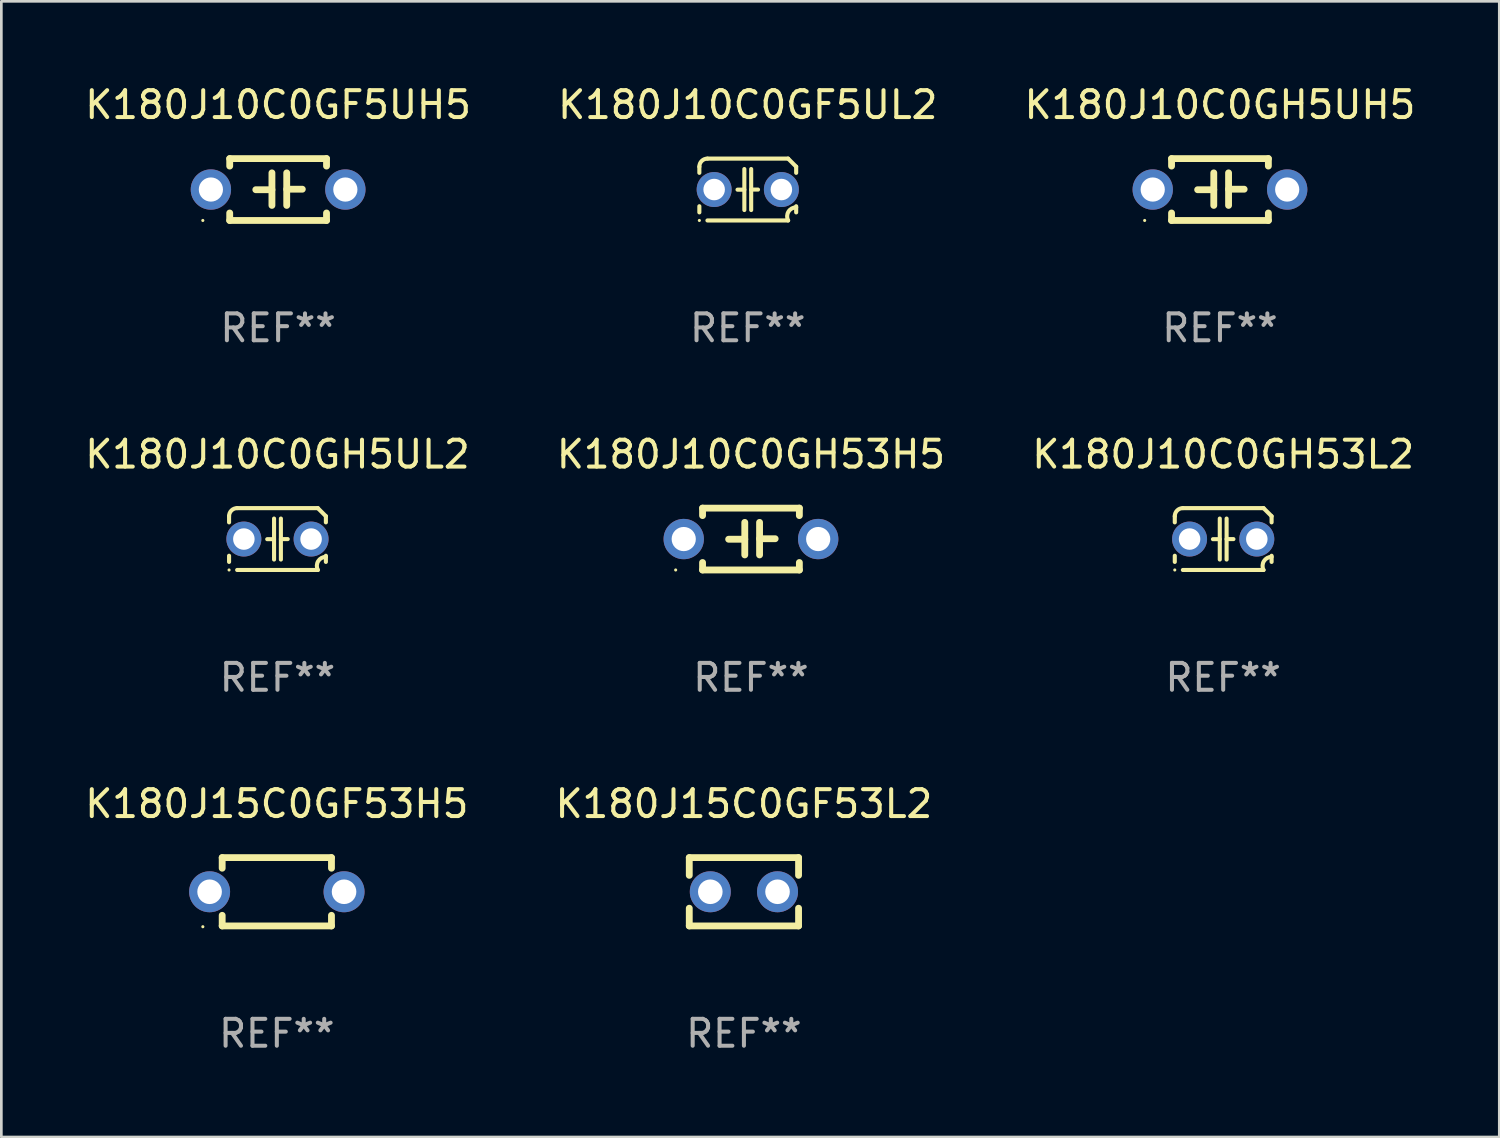
<source format=kicad_pcb>
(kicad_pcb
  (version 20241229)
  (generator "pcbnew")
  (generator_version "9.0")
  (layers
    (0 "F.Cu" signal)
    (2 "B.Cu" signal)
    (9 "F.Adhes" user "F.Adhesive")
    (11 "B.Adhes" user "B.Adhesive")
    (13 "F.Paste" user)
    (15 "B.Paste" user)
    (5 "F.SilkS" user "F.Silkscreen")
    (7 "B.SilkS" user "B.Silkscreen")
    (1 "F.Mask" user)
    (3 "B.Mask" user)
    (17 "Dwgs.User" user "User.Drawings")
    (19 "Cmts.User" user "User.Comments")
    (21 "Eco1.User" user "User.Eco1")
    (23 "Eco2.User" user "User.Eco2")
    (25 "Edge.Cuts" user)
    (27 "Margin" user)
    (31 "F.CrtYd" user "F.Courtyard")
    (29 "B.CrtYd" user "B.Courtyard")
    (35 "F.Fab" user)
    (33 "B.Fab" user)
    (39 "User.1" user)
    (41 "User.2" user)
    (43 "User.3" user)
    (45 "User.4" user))
  (footprint "K180J10C0GH5UH5"
    (layer "F.Cu")
    (at 42.315 3.998)
    (property "Reference" "K180J10C0GH5UH5" (at 0 -3.15 0) (layer "F.SilkS") (effects (font (size 1 1) (thickness 0.15))))
    (attr through_hole)
    (fp_line (start -1.8 -1.15) (end -1.8 -0.872) (stroke (width 0.254) (type solid)) (layer "F.SilkS"))
    (fp_line (start -1.8 -1.15) (end 1.8 -1.15) (stroke (width 0.254) (type solid)) (layer "F.SilkS"))
    (fp_line (start -1.8 0.872) (end -1.8 1.15) (stroke (width 0.254) (type solid)) (layer "F.SilkS"))
    (fp_line (start -1.8 1.15) (end 1.8 1.15) (stroke (width 0.254) (type solid)) (layer "F.SilkS"))
    (fp_line (start -0.23 -0.62) (end -0.23 0.59) (stroke (width 0.254) (type solid)) (layer "F.SilkS"))
    (fp_line (start -0.23 0.007) (end -0.83 0.007) (stroke (width 0.254) (type solid)) (layer "F.SilkS"))
    (fp_line (start 0.32 -0.62) (end 0.32 0.59) (stroke (width 0.254) (type solid)) (layer "F.SilkS"))
    (fp_line (start 0.32 -0.012) (end 0.9 -0.012) (stroke (width 0.254) (type solid)) (layer "F.SilkS"))
    (fp_line (start 1.8 -1.15) (end 1.8 -0.872) (stroke (width 0.254) (type solid)) (layer "F.SilkS"))
    (fp_line (start 1.8 0.872) (end 1.8 1.15) (stroke (width 0.254) (type solid)) (layer "F.SilkS"))
    (fp_circle (center -2.8 1.15) (end -2.77 1.15) (stroke (width 0.06) (type solid)) (fill no) (layer "F.SilkS"))
    (fp_text user "REF**" (at 0 5.15 0) (layer "F.Fab") (effects (font (size 1 1) (thickness 0.15))))
    (pad "1" thru_hole circle (at -2.5 0) (size 1.5 1.5) (drill 0.9) (layers "*.Cu" "*.Mask"))
    (pad "2" thru_hole circle (at 2.5 0) (size 1.5 1.5) (drill 0.9) (layers "*.Cu" "*.Mask")))
  (footprint "K180J10C0GF5UL2"
    (layer "F.Cu")
    (at 24.756 3.998)
    (property "Reference" "K180J10C0GF5UL2" (at 0 -3.15 0) (layer "F.SilkS") (effects (font (size 1 1) (thickness 0.15))))
    (attr through_hole)
    (fp_line (start -1.8 -0.621) (end -1.8 -0.85) (stroke (width 0.152) (type solid)) (layer "F.SilkS"))
    (fp_line (start -1.8 0.85) (end -1.8 0.621) (stroke (width 0.152) (type solid)) (layer "F.SilkS"))
    (fp_line (start -1.5 -1.15) (end 1.5 -1.15) (stroke (width 0.152) (type solid)) (layer "F.SilkS"))
    (fp_line (start -0.127 -0.762) (end -0.127 0.762) (stroke (width 0.152) (type solid)) (layer "F.SilkS"))
    (fp_line (start -0.127 0.005) (end -0.381 0.005) (stroke (width 0.152) (type solid)) (layer "F.SilkS"))
    (fp_line (start 0.127 -0.762) (end 0.127 0.762) (stroke (width 0.152) (type solid)) (layer "F.SilkS"))
    (fp_line (start 0.127 0.002) (end 0.381 0.002) (stroke (width 0.152) (type solid)) (layer "F.SilkS"))
    (fp_line (start 1.5 1.15) (end -1.5 1.15) (stroke (width 0.152) (type solid)) (layer "F.SilkS"))
    (fp_line (start 1.8 -0.85) (end 1.8 -0.621) (stroke (width 0.152) (type solid)) (layer "F.SilkS"))
    (fp_line (start 1.8 0.621) (end 1.8 0.85) (stroke (width 0.152) (type solid)) (layer "F.SilkS"))
    (fp_arc (start -1.799975 -0.849987) (mid -1.712107 -1.062119) (end -1.499975 -1.149987) (stroke (width 0.151994) (type solid)) (layer "F.SilkS"))
    (fp_arc (start 1.499975 1.149987) (mid 1.513726 0.822359) (end 1.799975 0.662387) (stroke (width 0.151994) (type solid)) (layer "F.SilkS"))
    (fp_arc (start 1.500001 -1.149986) (mid 1.650015 -1.000001) (end 1.8 -0.849987) (stroke (width 0.151994) (type solid)) (layer "F.SilkS"))
    (fp_circle (center -1.8 1.15) (end -1.77 1.15) (stroke (width 0.06) (type solid)) (fill no) (layer "F.SilkS"))
    (fp_text user "REF**" (at 0 5.15 0) (layer "F.Fab") (effects (font (size 1 1) (thickness 0.15))))
    (pad "1" thru_hole circle (at -1.25 0) (size 1.3 1.3) (drill 0.8) (layers "*.Cu" "*.Mask"))
    (pad "2" thru_hole circle (at 1.25 0) (size 1.3 1.3) (drill 0.8) (layers "*.Cu" "*.Mask")))
  (footprint "K180J10C0GH5UL2"
    (layer "F.Cu")
    (at 7.268 16.995)
    (property "Reference" "K180J10C0GH5UL2" (at 0 -3.15 0) (layer "F.SilkS") (effects (font (size 1 1) (thickness 0.15))))
    (attr through_hole)
    (fp_line (start -1.8 -0.621) (end -1.8 -0.85) (stroke (width 0.152) (type solid)) (layer "F.SilkS"))
    (fp_line (start -1.8 0.85) (end -1.8 0.621) (stroke (width 0.152) (type solid)) (layer "F.SilkS"))
    (fp_line (start -1.5 -1.15) (end 1.5 -1.15) (stroke (width 0.152) (type solid)) (layer "F.SilkS"))
    (fp_line (start -0.127 -0.762) (end -0.127 0.762) (stroke (width 0.152) (type solid)) (layer "F.SilkS"))
    (fp_line (start -0.127 0.005) (end -0.381 0.005) (stroke (width 0.152) (type solid)) (layer "F.SilkS"))
    (fp_line (start 0.127 -0.762) (end 0.127 0.762) (stroke (width 0.152) (type solid)) (layer "F.SilkS"))
    (fp_line (start 0.127 0.002) (end 0.381 0.002) (stroke (width 0.152) (type solid)) (layer "F.SilkS"))
    (fp_line (start 1.5 1.15) (end -1.5 1.15) (stroke (width 0.152) (type solid)) (layer "F.SilkS"))
    (fp_line (start 1.8 -0.85) (end 1.8 -0.621) (stroke (width 0.152) (type solid)) (layer "F.SilkS"))
    (fp_line (start 1.8 0.621) (end 1.8 0.85) (stroke (width 0.152) (type solid)) (layer "F.SilkS"))
    (fp_arc (start -1.799975 -0.849987) (mid -1.712107 -1.062119) (end -1.499975 -1.149987) (stroke (width 0.151994) (type solid)) (layer "F.SilkS"))
    (fp_arc (start 1.499975 1.149987) (mid 1.513726 0.822359) (end 1.799975 0.662387) (stroke (width 0.151994) (type solid)) (layer "F.SilkS"))
    (fp_arc (start 1.500001 -1.149986) (mid 1.650015 -1.000001) (end 1.8 -0.849987) (stroke (width 0.151994) (type solid)) (layer "F.SilkS"))
    (fp_circle (center -1.8 1.15) (end -1.77 1.15) (stroke (width 0.06) (type solid)) (fill no) (layer "F.SilkS"))
    (fp_text user "REF**" (at 0 5.15 0) (layer "F.Fab") (effects (font (size 1 1) (thickness 0.15))))
    (pad "1" thru_hole circle (at -1.25 0) (size 1.3 1.3) (drill 0.8) (layers "*.Cu" "*.Mask"))
    (pad "2" thru_hole circle (at 1.25 0) (size 1.3 1.3) (drill 0.8) (layers "*.Cu" "*.Mask")))
  (footprint "K180J15C0GF53H5"
    (layer "F.Cu")
    (at 7.244 30.111)
    (property "Reference" "K180J15C0GF53H5" (at 0 -3.27 0) (layer "F.SilkS") (effects (font (size 1 1) (thickness 0.15))))
    (attr through_hole)
    (fp_line (start -2.032 -1.27) (end -2.032 -0.876) (stroke (width 0.254) (type solid)) (layer "F.SilkS"))
    (fp_line (start -2.032 0.876) (end -2.032 1.27) (stroke (width 0.254) (type solid)) (layer "F.SilkS"))
    (fp_line (start -2.032 1.27) (end 2.032 1.27) (stroke (width 0.254) (type solid)) (layer "F.SilkS"))
    (fp_line (start 2.032 -1.27) (end -2.032 -1.27) (stroke (width 0.254) (type solid)) (layer "F.SilkS"))
    (fp_line (start 2.032 -0.876) (end 2.032 -1.27) (stroke (width 0.254) (type solid)) (layer "F.SilkS"))
    (fp_line (start 2.032 1.27) (end 2.032 0.876) (stroke (width 0.254) (type solid)) (layer "F.SilkS"))
    (fp_circle (center -2.751 1.3) (end -2.721 1.3) (stroke (width 0.06) (type solid)) (fill no) (layer "F.SilkS"))
    (fp_text user "REF**" (at 0 5.27 0) (layer "F.Fab") (effects (font (size 1 1) (thickness 0.15))))
    (pad "1" thru_hole circle (at -2.5 0) (size 1.524 1.524) (drill 0.914) (layers "*.Cu" "*.Mask"))
    (pad "2" thru_hole circle (at 2.5 0) (size 1.524 1.524) (drill 0.914) (layers "*.Cu" "*.Mask")))
  (footprint "K180J10C0GF5UH5"
    (layer "F.Cu")
    (at 7.292 3.998)
    (property "Reference" "K180J10C0GF5UH5" (at 0 -3.15 0) (layer "F.SilkS") (effects (font (size 1 1) (thickness 0.15))))
    (attr through_hole)
    (fp_line (start -1.8 -1.15) (end -1.8 -0.872) (stroke (width 0.254) (type solid)) (layer "F.SilkS"))
    (fp_line (start -1.8 -1.15) (end 1.8 -1.15) (stroke (width 0.254) (type solid)) (layer "F.SilkS"))
    (fp_line (start -1.8 0.872) (end -1.8 1.15) (stroke (width 0.254) (type solid)) (layer "F.SilkS"))
    (fp_line (start -1.8 1.15) (end 1.8 1.15) (stroke (width 0.254) (type solid)) (layer "F.SilkS"))
    (fp_line (start -0.23 -0.62) (end -0.23 0.59) (stroke (width 0.254) (type solid)) (layer "F.SilkS"))
    (fp_line (start -0.23 0.007) (end -0.83 0.007) (stroke (width 0.254) (type solid)) (layer "F.SilkS"))
    (fp_line (start 0.32 -0.62) (end 0.32 0.59) (stroke (width 0.254) (type solid)) (layer "F.SilkS"))
    (fp_line (start 0.32 -0.012) (end 0.9 -0.012) (stroke (width 0.254) (type solid)) (layer "F.SilkS"))
    (fp_line (start 1.8 -1.15) (end 1.8 -0.872) (stroke (width 0.254) (type solid)) (layer "F.SilkS"))
    (fp_line (start 1.8 0.872) (end 1.8 1.15) (stroke (width 0.254) (type solid)) (layer "F.SilkS"))
    (fp_circle (center -2.8 1.15) (end -2.77 1.15) (stroke (width 0.06) (type solid)) (fill no) (layer "F.SilkS"))
    (fp_text user "REF**" (at 0 5.15 0) (layer "F.Fab") (effects (font (size 1 1) (thickness 0.15))))
    (pad "1" thru_hole circle (at -2.5 0) (size 1.5 1.5) (drill 0.9) (layers "*.Cu" "*.Mask"))
    (pad "2" thru_hole circle (at 2.5 0) (size 1.5 1.5) (drill 0.9) (layers "*.Cu" "*.Mask")))
  (footprint "K180J10C0GH53L2"
    (layer "F.Cu")
    (at 42.435 16.995)
    (property "Reference" "K180J10C0GH53L2" (at 0 -3.15 0) (layer "F.SilkS") (effects (font (size 1 1) (thickness 0.15))))
    (attr through_hole)
    (fp_line (start -1.8 -0.621) (end -1.8 -0.85) (stroke (width 0.152) (type solid)) (layer "F.SilkS"))
    (fp_line (start -1.8 0.85) (end -1.8 0.621) (stroke (width 0.152) (type solid)) (layer "F.SilkS"))
    (fp_line (start -1.5 -1.15) (end 1.5 -1.15) (stroke (width 0.152) (type solid)) (layer "F.SilkS"))
    (fp_line (start -0.127 -0.762) (end -0.127 0.762) (stroke (width 0.152) (type solid)) (layer "F.SilkS"))
    (fp_line (start -0.127 0.005) (end -0.381 0.005) (stroke (width 0.152) (type solid)) (layer "F.SilkS"))
    (fp_line (start 0.127 -0.762) (end 0.127 0.762) (stroke (width 0.152) (type solid)) (layer "F.SilkS"))
    (fp_line (start 0.127 0.002) (end 0.381 0.002) (stroke (width 0.152) (type solid)) (layer "F.SilkS"))
    (fp_line (start 1.5 1.15) (end -1.5 1.15) (stroke (width 0.152) (type solid)) (layer "F.SilkS"))
    (fp_line (start 1.8 -0.85) (end 1.8 -0.621) (stroke (width 0.152) (type solid)) (layer "F.SilkS"))
    (fp_line (start 1.8 0.621) (end 1.8 0.85) (stroke (width 0.152) (type solid)) (layer "F.SilkS"))
    (fp_arc (start -1.799975 -0.849987) (mid -1.712107 -1.062119) (end -1.499975 -1.149987) (stroke (width 0.151994) (type solid)) (layer "F.SilkS"))
    (fp_arc (start 1.499975 1.149987) (mid 1.513726 0.822359) (end 1.799975 0.662387) (stroke (width 0.151994) (type solid)) (layer "F.SilkS"))
    (fp_arc (start 1.500001 -1.149986) (mid 1.650015 -1.000001) (end 1.8 -0.849987) (stroke (width 0.151994) (type solid)) (layer "F.SilkS"))
    (fp_circle (center -1.8 1.15) (end -1.77 1.15) (stroke (width 0.06) (type solid)) (fill no) (layer "F.SilkS"))
    (fp_text user "REF**" (at 0 5.15 0) (layer "F.Fab") (effects (font (size 1 1) (thickness 0.15))))
    (pad "1" thru_hole circle (at -1.25 0) (size 1.3 1.3) (drill 0.8) (layers "*.Cu" "*.Mask"))
    (pad "2" thru_hole circle (at 1.25 0) (size 1.3 1.3) (drill 0.8) (layers "*.Cu" "*.Mask")))
  (footprint "K180J10C0GH53H5"
    (layer "F.Cu")
    (at 24.875 16.995)
    (property "Reference" "K180J10C0GH53H5" (at 0 -3.15 0) (layer "F.SilkS") (effects (font (size 1 1) (thickness 0.15))))
    (attr through_hole)
    (fp_line (start -1.8 -1.15) (end -1.8 -0.872) (stroke (width 0.254) (type solid)) (layer "F.SilkS"))
    (fp_line (start -1.8 -1.15) (end 1.8 -1.15) (stroke (width 0.254) (type solid)) (layer "F.SilkS"))
    (fp_line (start -1.8 0.872) (end -1.8 1.15) (stroke (width 0.254) (type solid)) (layer "F.SilkS"))
    (fp_line (start -1.8 1.15) (end 1.8 1.15) (stroke (width 0.254) (type solid)) (layer "F.SilkS"))
    (fp_line (start -0.23 -0.62) (end -0.23 0.59) (stroke (width 0.254) (type solid)) (layer "F.SilkS"))
    (fp_line (start -0.23 0.007) (end -0.83 0.007) (stroke (width 0.254) (type solid)) (layer "F.SilkS"))
    (fp_line (start 0.32 -0.62) (end 0.32 0.59) (stroke (width 0.254) (type solid)) (layer "F.SilkS"))
    (fp_line (start 0.32 -0.012) (end 0.9 -0.012) (stroke (width 0.254) (type solid)) (layer "F.SilkS"))
    (fp_line (start 1.8 -1.15) (end 1.8 -0.872) (stroke (width 0.254) (type solid)) (layer "F.SilkS"))
    (fp_line (start 1.8 0.872) (end 1.8 1.15) (stroke (width 0.254) (type solid)) (layer "F.SilkS"))
    (fp_circle (center -2.8 1.15) (end -2.77 1.15) (stroke (width 0.06) (type solid)) (fill no) (layer "F.SilkS"))
    (fp_text user "REF**" (at 0 5.15 0) (layer "F.Fab") (effects (font (size 1 1) (thickness 0.15))))
    (pad "1" thru_hole circle (at -2.5 0) (size 1.5 1.5) (drill 0.9) (layers "*.Cu" "*.Mask"))
    (pad "2" thru_hole circle (at 2.5 0) (size 1.5 1.5) (drill 0.9) (layers "*.Cu" "*.Mask")))
  (footprint "K180J15C0GF53L2"
    (layer "F.Cu")
    (at 24.613 30.111)
    (property "Reference" "K180J15C0GF53L2" (at 0 -3.27 0) (layer "F.SilkS") (effects (font (size 1 1) (thickness 0.15))))
    (attr through_hole)
    (fp_line (start -2.032 -1.27) (end -2.032 -0.611) (stroke (width 0.254) (type solid)) (layer "F.SilkS"))
    (fp_line (start -2.032 0.611) (end -2.032 1.27) (stroke (width 0.254) (type solid)) (layer "F.SilkS"))
    (fp_line (start -2.032 1.27) (end 2.032 1.27) (stroke (width 0.254) (type solid)) (layer "F.SilkS"))
    (fp_line (start 2.032 -1.27) (end -2.032 -1.27) (stroke (width 0.254) (type solid)) (layer "F.SilkS"))
    (fp_line (start 2.032 -0.611) (end 2.032 -1.27) (stroke (width 0.254) (type solid)) (layer "F.SilkS"))
    (fp_line (start 2.032 1.27) (end 2.032 0.611) (stroke (width 0.254) (type solid)) (layer "F.SilkS"))
    (fp_circle (center -2 1.3) (end -1.97 1.3) (stroke (width 0.06) (type solid)) (fill no) (layer "F.SilkS"))
    (fp_text user "REF**" (at 0 5.27 0) (layer "F.Fab") (effects (font (size 1 1) (thickness 0.15))))
    (pad "1" thru_hole circle (at -1.25 0) (size 1.524 1.524) (drill 0.914) (layers "*.Cu" "*.Mask"))
    (pad "2" thru_hole circle (at 1.25 0) (size 1.524 1.524) (drill 0.914) (layers "*.Cu" "*.Mask")))
  (gr_rect
    (start -3 -3)
    (end 52.702 39.23)
    (stroke (width 0.1) (type default))
    (fill no)
    (layer "Edge.Cuts")))
</source>
